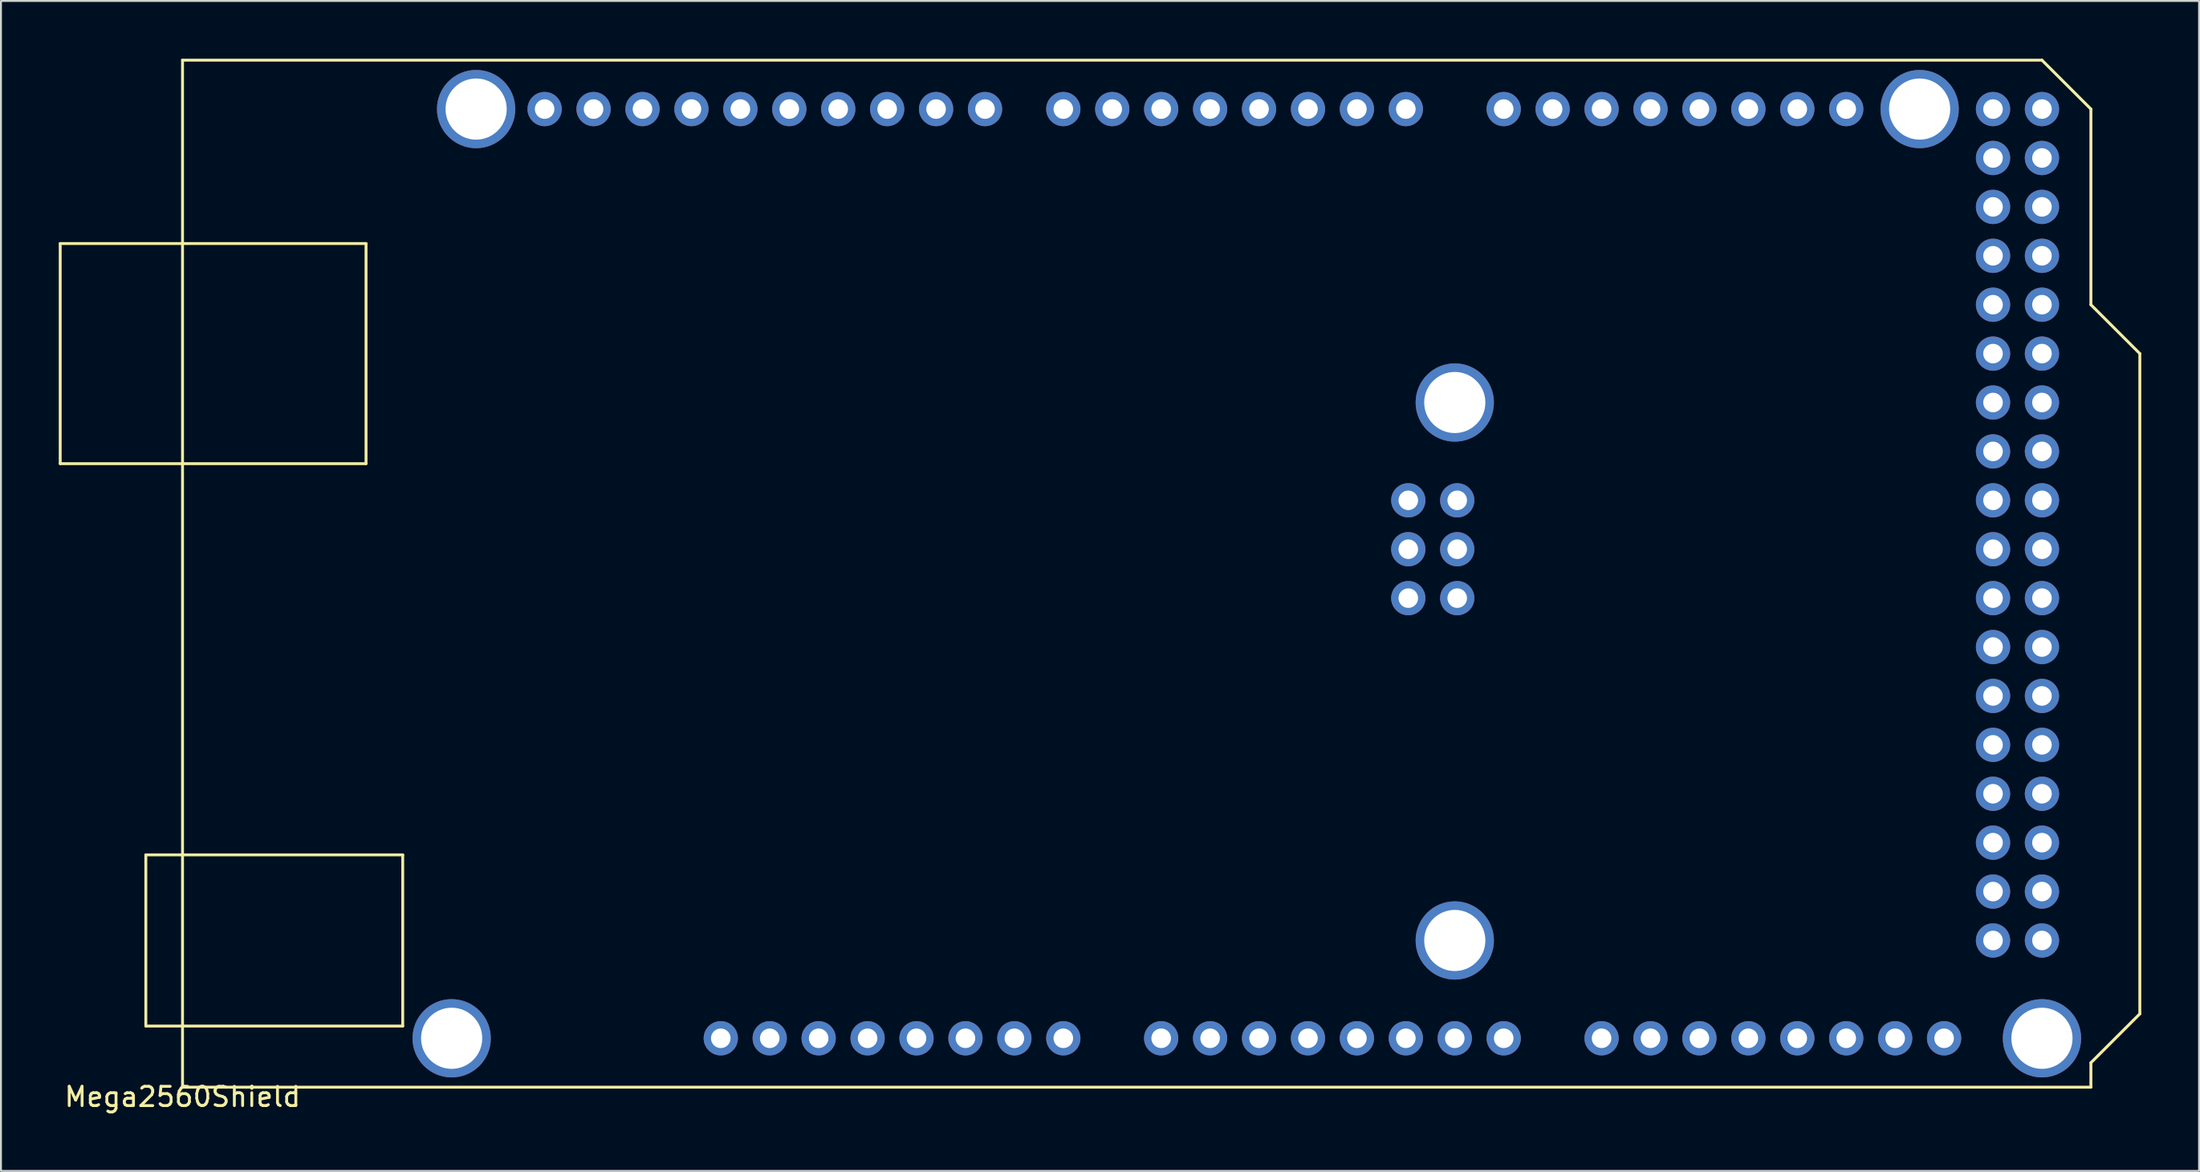
<source format=kicad_pcb>
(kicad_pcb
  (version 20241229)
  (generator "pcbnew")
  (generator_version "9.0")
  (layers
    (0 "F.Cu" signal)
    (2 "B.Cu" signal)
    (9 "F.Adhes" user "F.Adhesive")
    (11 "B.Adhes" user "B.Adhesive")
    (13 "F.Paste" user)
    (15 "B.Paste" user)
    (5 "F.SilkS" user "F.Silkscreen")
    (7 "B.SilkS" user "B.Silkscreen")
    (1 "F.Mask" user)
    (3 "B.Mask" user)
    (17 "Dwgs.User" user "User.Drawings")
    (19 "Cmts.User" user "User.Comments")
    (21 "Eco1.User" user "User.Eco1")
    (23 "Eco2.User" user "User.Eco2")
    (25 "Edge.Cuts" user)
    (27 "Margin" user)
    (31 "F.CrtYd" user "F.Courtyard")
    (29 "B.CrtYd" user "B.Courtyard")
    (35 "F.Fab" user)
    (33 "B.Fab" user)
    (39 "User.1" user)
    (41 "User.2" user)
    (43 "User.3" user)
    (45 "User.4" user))
  (footprint "Mega2560Shield"
    (layer "F.Cu")
    (at 6.425 53.415)
    (property "Reference" "Mega2560Shield" (at 0 0.5 0) (layer "F.SilkS") (effects (font (size 1 1) (thickness 0.15))))
    (attr through_hole)
    (fp_line (start -6.35 -43.815) (end 9.525 -43.815) (stroke (width 0.15) (type solid)) (layer "F.SilkS"))
    (fp_line (start -6.35 -32.385) (end -6.35 -43.815) (stroke (width 0.15) (type solid)) (layer "F.SilkS"))
    (fp_line (start -1.905 -12.065) (end 11.43 -12.065) (stroke (width 0.15) (type solid)) (layer "F.SilkS"))
    (fp_line (start -1.905 -3.175) (end -1.905 -12.065) (stroke (width 0.15) (type solid)) (layer "F.SilkS"))
    (fp_line (start 0 -53.34) (end 96.52 -53.34) (stroke (width 0.15) (type solid)) (layer "F.SilkS"))
    (fp_line (start 0 0) (end 0 -53.34) (stroke (width 0.15) (type solid)) (layer "F.SilkS"))
    (fp_line (start 9.525 -43.815) (end 9.525 -32.385) (stroke (width 0.15) (type solid)) (layer "F.SilkS"))
    (fp_line (start 9.525 -32.385) (end -6.35 -32.385) (stroke (width 0.15) (type solid)) (layer "F.SilkS"))
    (fp_line (start 11.43 -12.065) (end 11.43 -3.175) (stroke (width 0.15) (type solid)) (layer "F.SilkS"))
    (fp_line (start 11.43 -3.175) (end -1.905 -3.175) (stroke (width 0.15) (type solid)) (layer "F.SilkS"))
    (fp_line (start 96.52 -53.34) (end 99.06 -50.8) (stroke (width 0.15) (type solid)) (layer "F.SilkS"))
    (fp_line (start 99.06 -50.8) (end 99.06 -40.64) (stroke (width 0.15) (type solid)) (layer "F.SilkS"))
    (fp_line (start 99.06 -40.64) (end 101.6 -38.1) (stroke (width 0.15) (type solid)) (layer "F.SilkS"))
    (fp_line (start 99.06 -1.27) (end 99.06 0) (stroke (width 0.15) (type solid)) (layer "F.SilkS"))
    (fp_line (start 99.06 0) (end 0 0) (stroke (width 0.15) (type solid)) (layer "F.SilkS"))
    (fp_line (start 101.6 -38.1) (end 101.6 -3.81) (stroke (width 0.15) (type solid)) (layer "F.SilkS"))
    (fp_line (start 101.6 -3.81) (end 99.06 -1.27) (stroke (width 0.15) (type solid)) (layer "F.SilkS"))
    (pad "3V3" thru_hole circle (at 35.56 -2.54) (size 1.778 1.778) (drill 1.016) (layers "*.Cu" "*.Mask"))
    (pad "5V" thru_hole circle (at 38.1 -2.54) (size 1.778 1.778) (drill 1.016) (layers "*.Cu" "*.Mask"))
    (pad "5V" thru_hole circle (at 93.98 -50.8) (size 1.778 1.778) (drill 1.016) (layers "*.Cu" "*.Mask"))
    (pad "5V" thru_hole circle (at 96.52 -50.8) (size 1.778 1.778) (drill 1.016) (layers "*.Cu" "*.Mask"))
    (pad "A0" thru_hole circle (at 50.8 -2.54) (size 1.778 1.778) (drill 1.016) (layers "*.Cu" "*.Mask"))
    (pad "A1" thru_hole circle (at 53.34 -2.54) (size 1.778 1.778) (drill 1.016) (layers "*.Cu" "*.Mask"))
    (pad "A2" thru_hole circle (at 55.88 -2.54) (size 1.778 1.778) (drill 1.016) (layers "*.Cu" "*.Mask"))
    (pad "A3" thru_hole circle (at 58.42 -2.54) (size 1.778 1.778) (drill 1.016) (layers "*.Cu" "*.Mask"))
    (pad "A4" thru_hole circle (at 60.96 -2.54) (size 1.778 1.778) (drill 1.016) (layers "*.Cu" "*.Mask"))
    (pad "A5" thru_hole circle (at 63.5 -2.54) (size 1.778 1.778) (drill 1.016) (layers "*.Cu" "*.Mask"))
    (pad "A6" thru_hole circle (at 66.04 -2.54) (size 1.778 1.778) (drill 1.016) (layers "*.Cu" "*.Mask"))
    (pad "A7" thru_hole circle (at 68.58 -2.54) (size 1.778 1.778) (drill 1.016) (layers "*.Cu" "*.Mask"))
    (pad "A8" thru_hole circle (at 73.66 -2.54) (size 1.778 1.778) (drill 1.016) (layers "*.Cu" "*.Mask"))
    (pad "A9" thru_hole circle (at 76.2 -2.54) (size 1.778 1.778) (drill 1.016) (layers "*.Cu" "*.Mask"))
    (pad "A10" thru_hole circle (at 78.74 -2.54) (size 1.778 1.778) (drill 1.016) (layers "*.Cu" "*.Mask"))
    (pad "A11" thru_hole circle (at 81.28 -2.54) (size 1.778 1.778) (drill 1.016) (layers "*.Cu" "*.Mask"))
    (pad "A12" thru_hole circle (at 83.82 -2.54) (size 1.778 1.778) (drill 1.016) (layers "*.Cu" "*.Mask"))
    (pad "A13" thru_hole circle (at 86.36 -2.54) (size 1.778 1.778) (drill 1.016) (layers "*.Cu" "*.Mask"))
    (pad "A14" thru_hole circle (at 88.9 -2.54) (size 1.778 1.778) (drill 1.016) (layers "*.Cu" "*.Mask"))
    (pad "A15" thru_hole circle (at 91.44 -2.54) (size 1.778 1.778) (drill 1.016) (layers "*.Cu" "*.Mask"))
    (pad "AREF" thru_hole circle (at 23.876 -50.8) (size 1.778 1.778) (drill 1.016) (layers "*.Cu" "*.Mask"))
    (pad "D0" thru_hole circle (at 63.5 -50.8) (size 1.778 1.778) (drill 1.016) (layers "*.Cu" "*.Mask"))
    (pad "D1" thru_hole circle (at 60.96 -50.8) (size 1.778 1.778) (drill 1.016) (layers "*.Cu" "*.Mask"))
    (pad "D2" thru_hole circle (at 58.42 -50.8) (size 1.778 1.778) (drill 1.016) (layers "*.Cu" "*.Mask"))
    (pad "D3" thru_hole circle (at 55.88 -50.8) (size 1.778 1.778) (drill 1.016) (layers "*.Cu" "*.Mask"))
    (pad "D4" thru_hole circle (at 53.34 -50.8) (size 1.778 1.778) (drill 1.016) (layers "*.Cu" "*.Mask"))
    (pad "D5" thru_hole circle (at 50.8 -50.8) (size 1.778 1.778) (drill 1.016) (layers "*.Cu" "*.Mask"))
    (pad "D6" thru_hole circle (at 48.26 -50.8) (size 1.778 1.778) (drill 1.016) (layers "*.Cu" "*.Mask"))
    (pad "D7" thru_hole circle (at 45.72 -50.8) (size 1.778 1.778) (drill 1.016) (layers "*.Cu" "*.Mask"))
    (pad "D8" thru_hole circle (at 41.656 -50.8) (size 1.778 1.778) (drill 1.016) (layers "*.Cu" "*.Mask"))
    (pad "D9" thru_hole circle (at 39.116 -50.8) (size 1.778 1.778) (drill 1.016) (layers "*.Cu" "*.Mask"))
    (pad "D10" thru_hole circle (at 36.576 -50.8) (size 1.778 1.778) (drill 1.016) (layers "*.Cu" "*.Mask"))
    (pad "D11" thru_hole circle (at 34.036 -50.8) (size 1.778 1.778) (drill 1.016) (layers "*.Cu" "*.Mask"))
    (pad "D12" thru_hole circle (at 31.496 -50.8) (size 1.778 1.778) (drill 1.016) (layers "*.Cu" "*.Mask"))
    (pad "D13" thru_hole circle (at 28.956 -50.8) (size 1.778 1.778) (drill 1.016) (layers "*.Cu" "*.Mask"))
    (pad "D14" thru_hole circle (at 68.58 -50.8) (size 1.778 1.778) (drill 1.016) (layers "*.Cu" "*.Mask"))
    (pad "D15" thru_hole circle (at 71.12 -50.8) (size 1.778 1.778) (drill 1.016) (layers "*.Cu" "*.Mask"))
    (pad "D16" thru_hole circle (at 73.66 -50.8) (size 1.778 1.778) (drill 1.016) (layers "*.Cu" "*.Mask"))
    (pad "D17" thru_hole circle (at 76.2 -50.8) (size 1.778 1.778) (drill 1.016) (layers "*.Cu" "*.Mask"))
    (pad "D18" thru_hole circle (at 78.74 -50.8) (size 1.778 1.778) (drill 1.016) (layers "*.Cu" "*.Mask"))
    (pad "D19" thru_hole circle (at 81.28 -50.8) (size 1.778 1.778) (drill 1.016) (layers "*.Cu" "*.Mask"))
    (pad "D20" thru_hole circle (at 21.336 -50.8) (size 1.778 1.778) (drill 1.016) (layers "*.Cu" "*.Mask"))
    (pad "D20" thru_hole circle (at 83.82 -50.8) (size 1.778 1.778) (drill 1.016) (layers "*.Cu" "*.Mask"))
    (pad "D21" thru_hole circle (at 18.796 -50.8) (size 1.778 1.778) (drill 1.016) (layers "*.Cu" "*.Mask"))
    (pad "D21" thru_hole circle (at 86.36 -50.8) (size 1.778 1.778) (drill 1.016) (layers "*.Cu" "*.Mask"))
    (pad "D22" thru_hole circle (at 93.98 -48.26) (size 1.778 1.778) (drill 1.016) (layers "*.Cu" "*.Mask"))
    (pad "D23" thru_hole circle (at 96.52 -48.26) (size 1.778 1.778) (drill 1.016) (layers "*.Cu" "*.Mask"))
    (pad "D24" thru_hole circle (at 93.98 -45.72) (size 1.778 1.778) (drill 1.016) (layers "*.Cu" "*.Mask"))
    (pad "D25" thru_hole circle (at 96.52 -45.72) (size 1.778 1.778) (drill 1.016) (layers "*.Cu" "*.Mask"))
    (pad "D26" thru_hole circle (at 93.98 -43.18) (size 1.778 1.778) (drill 1.016) (layers "*.Cu" "*.Mask"))
    (pad "D27" thru_hole circle (at 96.52 -43.18) (size 1.778 1.778) (drill 1.016) (layers "*.Cu" "*.Mask"))
    (pad "D28" thru_hole circle (at 93.98 -40.64) (size 1.778 1.778) (drill 1.016) (layers "*.Cu" "*.Mask"))
    (pad "D29" thru_hole circle (at 96.52 -40.64) (size 1.778 1.778) (drill 1.016) (layers "*.Cu" "*.Mask"))
    (pad "D30" thru_hole circle (at 93.98 -38.1) (size 1.778 1.778) (drill 1.016) (layers "*.Cu" "*.Mask"))
    (pad "D31" thru_hole circle (at 96.52 -38.1) (size 1.778 1.778) (drill 1.016) (layers "*.Cu" "*.Mask"))
    (pad "D32" thru_hole circle (at 93.98 -35.56) (size 1.778 1.778) (drill 1.016) (layers "*.Cu" "*.Mask"))
    (pad "D33" thru_hole circle (at 96.52 -35.56) (size 1.778 1.778) (drill 1.016) (layers "*.Cu" "*.Mask"))
    (pad "D34" thru_hole circle (at 93.98 -33.02) (size 1.778 1.778) (drill 1.016) (layers "*.Cu" "*.Mask"))
    (pad "D35" thru_hole circle (at 96.52 -33.02) (size 1.778 1.778) (drill 1.016) (layers "*.Cu" "*.Mask"))
    (pad "D36" thru_hole circle (at 93.98 -30.48) (size 1.778 1.778) (drill 1.016) (layers "*.Cu" "*.Mask"))
    (pad "D37" thru_hole circle (at 96.52 -30.48) (size 1.778 1.778) (drill 1.016) (layers "*.Cu" "*.Mask"))
    (pad "D38" thru_hole circle (at 93.98 -27.94) (size 1.778 1.778) (drill 1.016) (layers "*.Cu" "*.Mask"))
    (pad "D39" thru_hole circle (at 96.52 -27.94) (size 1.778 1.778) (drill 1.016) (layers "*.Cu" "*.Mask"))
    (pad "D40" thru_hole circle (at 93.98 -25.4) (size 1.778 1.778) (drill 1.016) (layers "*.Cu" "*.Mask"))
    (pad "D41" thru_hole circle (at 96.52 -25.4) (size 1.778 1.778) (drill 1.016) (layers "*.Cu" "*.Mask"))
    (pad "D42" thru_hole circle (at 93.98 -22.86) (size 1.778 1.778) (drill 1.016) (layers "*.Cu" "*.Mask"))
    (pad "D43" thru_hole circle (at 96.52 -22.86) (size 1.778 1.778) (drill 1.016) (layers "*.Cu" "*.Mask"))
    (pad "D44" thru_hole circle (at 93.98 -20.32) (size 1.778 1.778) (drill 1.016) (layers "*.Cu" "*.Mask"))
    (pad "D45" thru_hole circle (at 96.52 -20.32) (size 1.778 1.778) (drill 1.016) (layers "*.Cu" "*.Mask"))
    (pad "D46" thru_hole circle (at 93.98 -17.78) (size 1.778 1.778) (drill 1.016) (layers "*.Cu" "*.Mask"))
    (pad "D47" thru_hole circle (at 96.52 -17.78) (size 1.778 1.778) (drill 1.016) (layers "*.Cu" "*.Mask"))
    (pad "D48" thru_hole circle (at 93.98 -15.24) (size 1.778 1.778) (drill 1.016) (layers "*.Cu" "*.Mask"))
    (pad "D49" thru_hole circle (at 96.52 -15.24) (size 1.778 1.778) (drill 1.016) (layers "*.Cu" "*.Mask"))
    (pad "D50" thru_hole circle (at 93.98 -12.7) (size 1.778 1.778) (drill 1.016) (layers "*.Cu" "*.Mask"))
    (pad "D51" thru_hole circle (at 96.52 -12.7) (size 1.778 1.778) (drill 1.016) (layers "*.Cu" "*.Mask"))
    (pad "D52" thru_hole circle (at 93.98 -10.16) (size 1.778 1.778) (drill 1.016) (layers "*.Cu" "*.Mask"))
    (pad "D53" thru_hole circle (at 96.52 -10.16) (size 1.778 1.778) (drill 1.016) (layers "*.Cu" "*.Mask"))
    (pad "GND" thru_hole circle (at 26.416 -50.8) (size 1.778 1.778) (drill 1.016) (layers "*.Cu" "*.Mask"))
    (pad "GND" thru_hole circle (at 40.64 -2.54) (size 1.778 1.778) (drill 1.016) (layers "*.Cu" "*.Mask"))
    (pad "GND" thru_hole circle (at 43.18 -2.54) (size 1.778 1.778) (drill 1.016) (layers "*.Cu" "*.Mask"))
    (pad "GND" thru_hole circle (at 93.98 -7.62) (size 1.778 1.778) (drill 1.016) (layers "*.Cu" "*.Mask"))
    (pad "GND" thru_hole circle (at 96.52 -7.62) (size 1.778 1.778) (drill 1.016) (layers "*.Cu" "*.Mask"))
    (pad "ICSP_5V" thru_hole circle (at 66.167 -30.48) (size 1.778 1.778) (drill 1.016) (layers "*.Cu" "*.Mask"))
    (pad "ICSP_GND" thru_hole circle (at 66.167 -25.4) (size 1.778 1.778) (drill 1.016) (layers "*.Cu" "*.Mask"))
    (pad "ICSP_MISO" thru_hole circle (at 63.627 -30.48) (size 1.778 1.778) (drill 1.016) (layers "*.Cu" "*.Mask"))
    (pad "ICSP_MOSI" thru_hole circle (at 66.167 -27.94) (size 1.778 1.778) (drill 1.016) (layers "*.Cu" "*.Mask"))
    (pad "ICSP_RESET" thru_hole circle (at 63.627 -25.4) (size 1.778 1.778) (drill 1.016) (layers "*.Cu" "*.Mask"))
    (pad "ICSP_SCK" thru_hole circle (at 63.627 -27.94) (size 1.778 1.778) (drill 1.016) (layers "*.Cu" "*.Mask"))
    (pad "IOREF" thru_hole circle (at 30.48 -2.54) (size 1.778 1.778) (drill 1.016) (layers "*.Cu" "*.Mask"))
    (pad "MNT" thru_hole circle (at 13.97 -2.54) (size 4.064 4.064) (drill 3.175) (layers "*.Cu" "*.Mask"))
    (pad "MNT" thru_hole circle (at 15.24 -50.8) (size 4.064 4.064) (drill 3.175) (layers "*.Cu" "*.Mask"))
    (pad "MNT" thru_hole circle (at 66.04 -35.56) (size 4.064 4.064) (drill 3.175) (layers "*.Cu" "*.Mask"))
    (pad "MNT" thru_hole circle (at 66.04 -7.62) (size 4.064 4.064) (drill 3.175) (layers "*.Cu" "*.Mask"))
    (pad "MNT" thru_hole circle (at 90.17 -50.8) (size 4.064 4.064) (drill 3.175) (layers "*.Cu" "*.Mask"))
    (pad "MNT" thru_hole circle (at 96.52 -2.54) (size 4.064 4.064) (drill 3.175) (layers "*.Cu" "*.Mask"))
    (pad "NC" thru_hole circle (at 27.94 -2.54) (size 1.778 1.778) (drill 1.016) (layers "*.Cu" "*.Mask"))
    (pad "RESET" thru_hole circle (at 33.02 -2.54) (size 1.778 1.778) (drill 1.016) (layers "*.Cu" "*.Mask"))
    (pad "VIN" thru_hole circle (at 45.72 -2.54) (size 1.778 1.778) (drill 1.016) (layers "*.Cu" "*.Mask")))
  (gr_rect
    (start -3 -3)
    (end 111.1 57.763)
    (stroke (width 0.1) (type default))
    (fill no)
    (layer "Edge.Cuts")))
</source>
